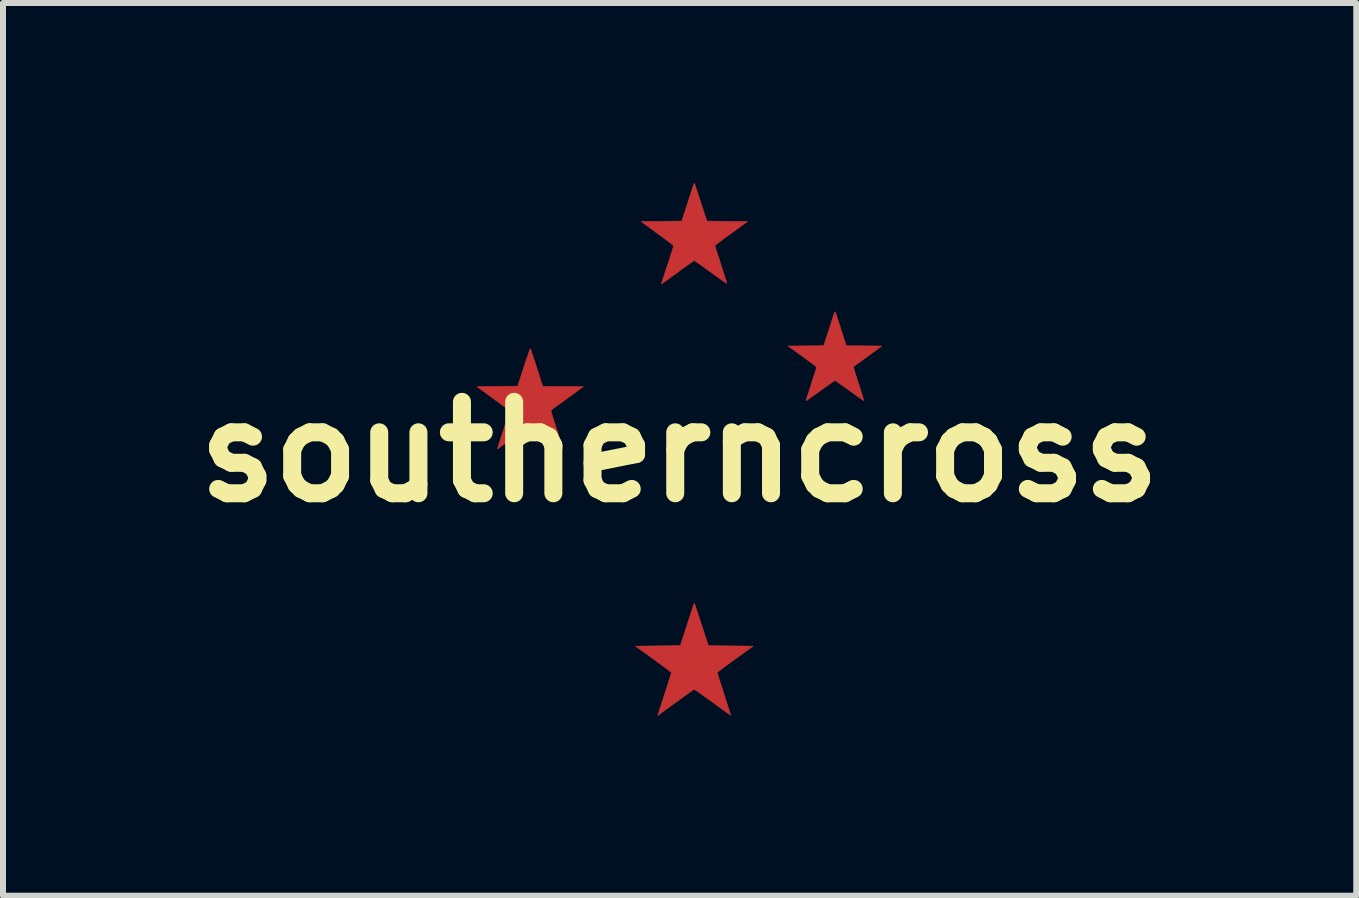
<source format=kicad_pcb>
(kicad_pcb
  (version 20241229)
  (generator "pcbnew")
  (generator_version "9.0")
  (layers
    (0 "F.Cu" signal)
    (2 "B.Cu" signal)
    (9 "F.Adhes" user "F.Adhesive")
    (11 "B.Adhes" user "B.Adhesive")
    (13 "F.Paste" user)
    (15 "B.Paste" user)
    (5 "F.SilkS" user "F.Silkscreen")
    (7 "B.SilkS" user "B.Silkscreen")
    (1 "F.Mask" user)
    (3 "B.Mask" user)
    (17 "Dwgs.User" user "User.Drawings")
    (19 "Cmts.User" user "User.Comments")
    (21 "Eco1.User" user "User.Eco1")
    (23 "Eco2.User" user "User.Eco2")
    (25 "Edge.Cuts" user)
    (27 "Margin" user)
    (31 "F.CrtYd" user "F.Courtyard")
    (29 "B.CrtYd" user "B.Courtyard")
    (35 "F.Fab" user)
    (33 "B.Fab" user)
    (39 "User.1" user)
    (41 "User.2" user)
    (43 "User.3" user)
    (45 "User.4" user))
  (footprint "southerncross"
    (layer "F.Cu")
    (at 8.28 4.484)
    (property "Reference" "southerncross" (at 0 0 0) (layer "F.SilkS") (effects (font (size 1.524 1.524) (thickness 0.3))))
    (attr through_hole)
    (fp_poly (pts (xy 2.595 -2.329) (xy 2.604 -2.309) (xy 2.614 -2.281) (xy 2.618 -2.267) (xy 2.627 -2.239) (xy 2.64 -2.199) (xy 2.656 -2.148) (xy 2.675 -2.091) (xy 2.694 -2.03) (xy 2.709 -1.983) (xy 2.778 -1.77) (xy 3.075 -1.768) (xy 3.371 -1.765) (xy 3.148 -1.603) (xy 3.094 -1.563) (xy 3.043 -1.526) (xy 2.998 -1.493) (xy 2.96 -1.466) (xy 2.932 -1.445) (xy 2.914 -1.432) (xy 2.91 -1.429) (xy 2.906 -1.425) (xy 2.903 -1.419) (xy 2.903 -1.41) (xy 2.905 -1.396) (xy 2.91 -1.375) (xy 2.918 -1.346) (xy 2.93 -1.307) (xy 2.946 -1.256) (xy 2.967 -1.192) (xy 2.984 -1.139) (xy 3.005 -1.074) (xy 3.024 -1.014) (xy 3.04 -0.961) (xy 3.054 -0.917) (xy 3.063 -0.884) (xy 3.069 -0.863) (xy 3.07 -0.857) (xy 3.062 -0.861) (xy 3.043 -0.874) (xy 3.013 -0.894) (xy 2.974 -0.921) (xy 2.928 -0.954) (xy 2.876 -0.991) (xy 2.835 -1.021) (xy 2.779 -1.061) (xy 2.728 -1.097) (xy 2.682 -1.129) (xy 2.644 -1.156) (xy 2.615 -1.175) (xy 2.596 -1.186) (xy 2.591 -1.189) (xy 2.581 -1.184) (xy 2.56 -1.17) (xy 2.528 -1.149) (xy 2.487 -1.121) (xy 2.44 -1.087) (xy 2.387 -1.05) (xy 2.343 -1.018) (xy 2.288 -0.978) (xy 2.238 -0.942) (xy 2.193 -0.911) (xy 2.157 -0.885) (xy 2.129 -0.867) (xy 2.113 -0.856) (xy 2.108 -0.854) (xy 2.111 -0.864) (xy 2.118 -0.887) (xy 2.129 -0.923) (xy 2.144 -0.969) (xy 2.161 -1.024) (xy 2.181 -1.085) (xy 2.197 -1.136) (xy 2.218 -1.201) (xy 2.237 -1.261) (xy 2.254 -1.314) (xy 2.268 -1.357) (xy 2.278 -1.39) (xy 2.284 -1.41) (xy 2.286 -1.416) (xy 2.279 -1.421) (xy 2.261 -1.436) (xy 2.231 -1.458) (xy 2.193 -1.487) (xy 2.147 -1.52) (xy 2.095 -1.558) (xy 2.048 -1.593) (xy 1.81 -1.765) (xy 2.107 -1.768) (xy 2.403 -1.77) (xy 2.479 -2.005) (xy 2.5 -2.067) (xy 2.519 -2.127) (xy 2.536 -2.182) (xy 2.551 -2.228) (xy 2.563 -2.264) (xy 2.57 -2.286) (xy 2.57 -2.288) (xy 2.579 -2.314) (xy 2.587 -2.331) (xy 2.591 -2.337) (xy 2.595 -2.329)) (stroke (width 0.01) (type solid)) (fill yes) (layer "F.Cu"))
    (fp_poly (pts (xy -2.485 -1.712) (xy -2.476 -1.688) (xy -2.464 -1.652) (xy -2.448 -1.605) (xy -2.43 -1.549) (xy -2.409 -1.486) (xy -2.387 -1.418) (xy -2.383 -1.403) (xy -2.282 -1.092) (xy -1.605 -1.088) (xy -1.863 -0.9) (xy -1.921 -0.857) (xy -1.976 -0.818) (xy -2.026 -0.782) (xy -2.068 -0.751) (xy -2.101 -0.727) (xy -2.124 -0.71) (xy -2.135 -0.701) (xy -2.136 -0.701) (xy -2.139 -0.698) (xy -2.141 -0.692) (xy -2.141 -0.682) (xy -2.139 -0.667) (xy -2.133 -0.645) (xy -2.125 -0.615) (xy -2.113 -0.575) (xy -2.097 -0.524) (xy -2.076 -0.46) (xy -2.051 -0.381) (xy -2.048 -0.374) (xy -2.026 -0.304) (xy -2.005 -0.24) (xy -1.987 -0.182) (xy -1.972 -0.133) (xy -1.96 -0.094) (xy -1.952 -0.068) (xy -1.949 -0.055) (xy -1.949 -0.054) (xy -1.957 -0.059) (xy -1.976 -0.072) (xy -2.006 -0.093) (xy -2.046 -0.12) (xy -2.093 -0.154) (xy -2.146 -0.192) (xy -2.204 -0.235) (xy -2.221 -0.246) (xy -2.294 -0.3) (xy -2.358 -0.345) (xy -2.41 -0.381) (xy -2.451 -0.409) (xy -2.48 -0.427) (xy -2.496 -0.435) (xy -2.5 -0.435) (xy -2.509 -0.429) (xy -2.53 -0.414) (xy -2.562 -0.391) (xy -2.602 -0.362) (xy -2.651 -0.327) (xy -2.704 -0.288) (xy -2.763 -0.246) (xy -2.771 -0.24) (xy -2.829 -0.198) (xy -2.883 -0.159) (xy -2.931 -0.124) (xy -2.972 -0.095) (xy -3.003 -0.072) (xy -3.025 -0.057) (xy -3.034 -0.051) (xy -3.034 -0.051) (xy -3.033 -0.058) (xy -3.028 -0.079) (xy -3.019 -0.108) (xy -3.01 -0.138) (xy -3 -0.169) (xy -2.985 -0.214) (xy -2.968 -0.268) (xy -2.948 -0.329) (xy -2.927 -0.393) (xy -2.909 -0.451) (xy -2.89 -0.511) (xy -2.873 -0.565) (xy -2.859 -0.612) (xy -2.848 -0.65) (xy -2.841 -0.676) (xy -2.839 -0.688) (xy -2.839 -0.689) (xy -2.847 -0.696) (xy -2.866 -0.712) (xy -2.897 -0.736) (xy -2.937 -0.766) (xy -2.984 -0.801) (xy -3.038 -0.841) (xy -3.096 -0.883) (xy -3.111 -0.894) (xy -3.379 -1.088) (xy -3.039 -1.092) (xy -2.699 -1.096) (xy -2.597 -1.412) (xy -2.574 -1.481) (xy -2.553 -1.545) (xy -2.534 -1.601) (xy -2.517 -1.649) (xy -2.504 -1.686) (xy -2.494 -1.71) (xy -2.489 -1.721) (xy -2.489 -1.721) (xy -2.485 -1.712)) (stroke (width 0.01) (type solid)) (fill yes) (layer "F.Cu"))
    (fp_poly (pts (xy 0.249 2.531) (xy 0.257 2.553) (xy 0.269 2.588) (xy 0.285 2.635) (xy 0.303 2.691) (xy 0.324 2.755) (xy 0.347 2.825) (xy 0.364 2.877) (xy 0.479 3.23) (xy 0.852 3.234) (xy 1.225 3.239) (xy 0.926 3.454) (xy 0.863 3.5) (xy 0.805 3.542) (xy 0.753 3.581) (xy 0.708 3.615) (xy 0.671 3.642) (xy 0.645 3.663) (xy 0.63 3.676) (xy 0.627 3.679) (xy 0.629 3.688) (xy 0.637 3.712) (xy 0.648 3.749) (xy 0.663 3.797) (xy 0.681 3.854) (xy 0.702 3.919) (xy 0.725 3.99) (xy 0.74 4.038) (xy 0.764 4.112) (xy 0.786 4.18) (xy 0.806 4.242) (xy 0.823 4.295) (xy 0.836 4.338) (xy 0.846 4.369) (xy 0.852 4.387) (xy 0.853 4.391) (xy 0.846 4.386) (xy 0.826 4.373) (xy 0.796 4.351) (xy 0.757 4.323) (xy 0.709 4.288) (xy 0.654 4.249) (xy 0.595 4.206) (xy 0.55 4.173) (xy 0.487 4.128) (xy 0.429 4.085) (xy 0.375 4.047) (xy 0.329 4.015) (xy 0.291 3.988) (xy 0.263 3.97) (xy 0.246 3.959) (xy 0.241 3.957) (xy 0.233 3.962) (xy 0.213 3.976) (xy 0.183 3.998) (xy 0.145 4.026) (xy 0.099 4.058) (xy 0.049 4.095) (xy -0.005 4.134) (xy -0.061 4.174) (xy -0.116 4.214) (xy -0.17 4.253) (xy -0.22 4.289) (xy -0.265 4.322) (xy -0.303 4.35) (xy -0.332 4.371) (xy -0.35 4.385) (xy -0.355 4.389) (xy -0.364 4.394) (xy -0.362 4.386) (xy -0.362 4.385) (xy -0.357 4.369) (xy -0.347 4.34) (xy -0.334 4.299) (xy -0.318 4.25) (xy -0.299 4.193) (xy -0.279 4.132) (xy -0.259 4.067) (xy -0.237 4.001) (xy -0.217 3.937) (xy -0.197 3.875) (xy -0.179 3.818) (xy -0.163 3.768) (xy -0.151 3.728) (xy -0.142 3.698) (xy -0.137 3.681) (xy -0.136 3.678) (xy -0.143 3.672) (xy -0.162 3.657) (xy -0.192 3.633) (xy -0.231 3.604) (xy -0.279 3.568) (xy -0.334 3.528) (xy -0.394 3.484) (xy -0.435 3.454) (xy -0.734 3.239) (xy -0.361 3.234) (xy 0.013 3.23) (xy 0.127 2.877) (xy 0.151 2.803) (xy 0.173 2.734) (xy 0.194 2.673) (xy 0.211 2.619) (xy 0.226 2.576) (xy 0.237 2.545) (xy 0.244 2.527) (xy 0.246 2.523) (xy 0.249 2.531)) (stroke (width 0.01) (type solid)) (fill yes) (layer "F.Cu"))
    (fp_poly (pts (xy 0.249 -4.471) (xy 0.257 -4.449) (xy 0.269 -4.414) (xy 0.284 -4.368) (xy 0.303 -4.313) (xy 0.323 -4.25) (xy 0.346 -4.182) (xy 0.352 -4.163) (xy 0.454 -3.848) (xy 0.792 -3.844) (xy 1.13 -3.84) (xy 0.927 -3.692) (xy 0.849 -3.636) (xy 0.785 -3.589) (xy 0.731 -3.55) (xy 0.688 -3.518) (xy 0.654 -3.493) (xy 0.629 -3.474) (xy 0.611 -3.46) (xy 0.599 -3.449) (xy 0.591 -3.442) (xy 0.588 -3.437) (xy 0.587 -3.434) (xy 0.588 -3.433) (xy 0.594 -3.414) (xy 0.605 -3.383) (xy 0.619 -3.341) (xy 0.635 -3.291) (xy 0.653 -3.236) (xy 0.672 -3.176) (xy 0.692 -3.114) (xy 0.711 -3.053) (xy 0.73 -2.994) (xy 0.747 -2.94) (xy 0.762 -2.893) (xy 0.774 -2.855) (xy 0.782 -2.827) (xy 0.786 -2.813) (xy 0.786 -2.812) (xy 0.779 -2.815) (xy 0.759 -2.827) (xy 0.729 -2.847) (xy 0.69 -2.875) (xy 0.643 -2.908) (xy 0.59 -2.946) (xy 0.532 -2.987) (xy 0.517 -2.998) (xy 0.458 -3.041) (xy 0.403 -3.081) (xy 0.354 -3.116) (xy 0.312 -3.146) (xy 0.279 -3.169) (xy 0.256 -3.185) (xy 0.245 -3.192) (xy 0.245 -3.192) (xy 0.237 -3.187) (xy 0.217 -3.173) (xy 0.186 -3.152) (xy 0.146 -3.123) (xy 0.098 -3.089) (xy 0.045 -3.051) (xy -0.014 -3.008) (xy -0.029 -2.997) (xy -0.088 -2.954) (xy -0.143 -2.915) (xy -0.192 -2.879) (xy -0.234 -2.849) (xy -0.266 -2.826) (xy -0.289 -2.81) (xy -0.3 -2.803) (xy -0.3 -2.802) (xy -0.299 -2.81) (xy -0.294 -2.83) (xy -0.285 -2.859) (xy -0.279 -2.877) (xy -0.262 -2.929) (xy -0.243 -2.987) (xy -0.223 -3.049) (xy -0.202 -3.112) (xy -0.181 -3.176) (xy -0.162 -3.237) (xy -0.144 -3.293) (xy -0.128 -3.342) (xy -0.115 -3.383) (xy -0.106 -3.412) (xy -0.101 -3.428) (xy -0.1 -3.431) (xy -0.104 -3.438) (xy -0.117 -3.451) (xy -0.139 -3.47) (xy -0.173 -3.497) (xy -0.218 -3.531) (xy -0.275 -3.574) (xy -0.345 -3.625) (xy -0.368 -3.642) (xy -0.639 -3.84) (xy -0.301 -3.844) (xy 0.037 -3.848) (xy 0.107 -4.064) (xy 0.128 -4.128) (xy 0.149 -4.193) (xy 0.169 -4.255) (xy 0.187 -4.31) (xy 0.201 -4.355) (xy 0.209 -4.379) (xy 0.221 -4.417) (xy 0.232 -4.449) (xy 0.24 -4.47) (xy 0.245 -4.479) (xy 0.245 -4.479) (xy 0.249 -4.471)) (stroke (width 0.01) (type solid)) (fill yes) (layer "F.Cu")))
  (gr_rect
    (start -3 -3)
    (end 19.561 11.883)
    (stroke (width 0.1) (type default))
    (fill no)
    (layer "Edge.Cuts")))
</source>
